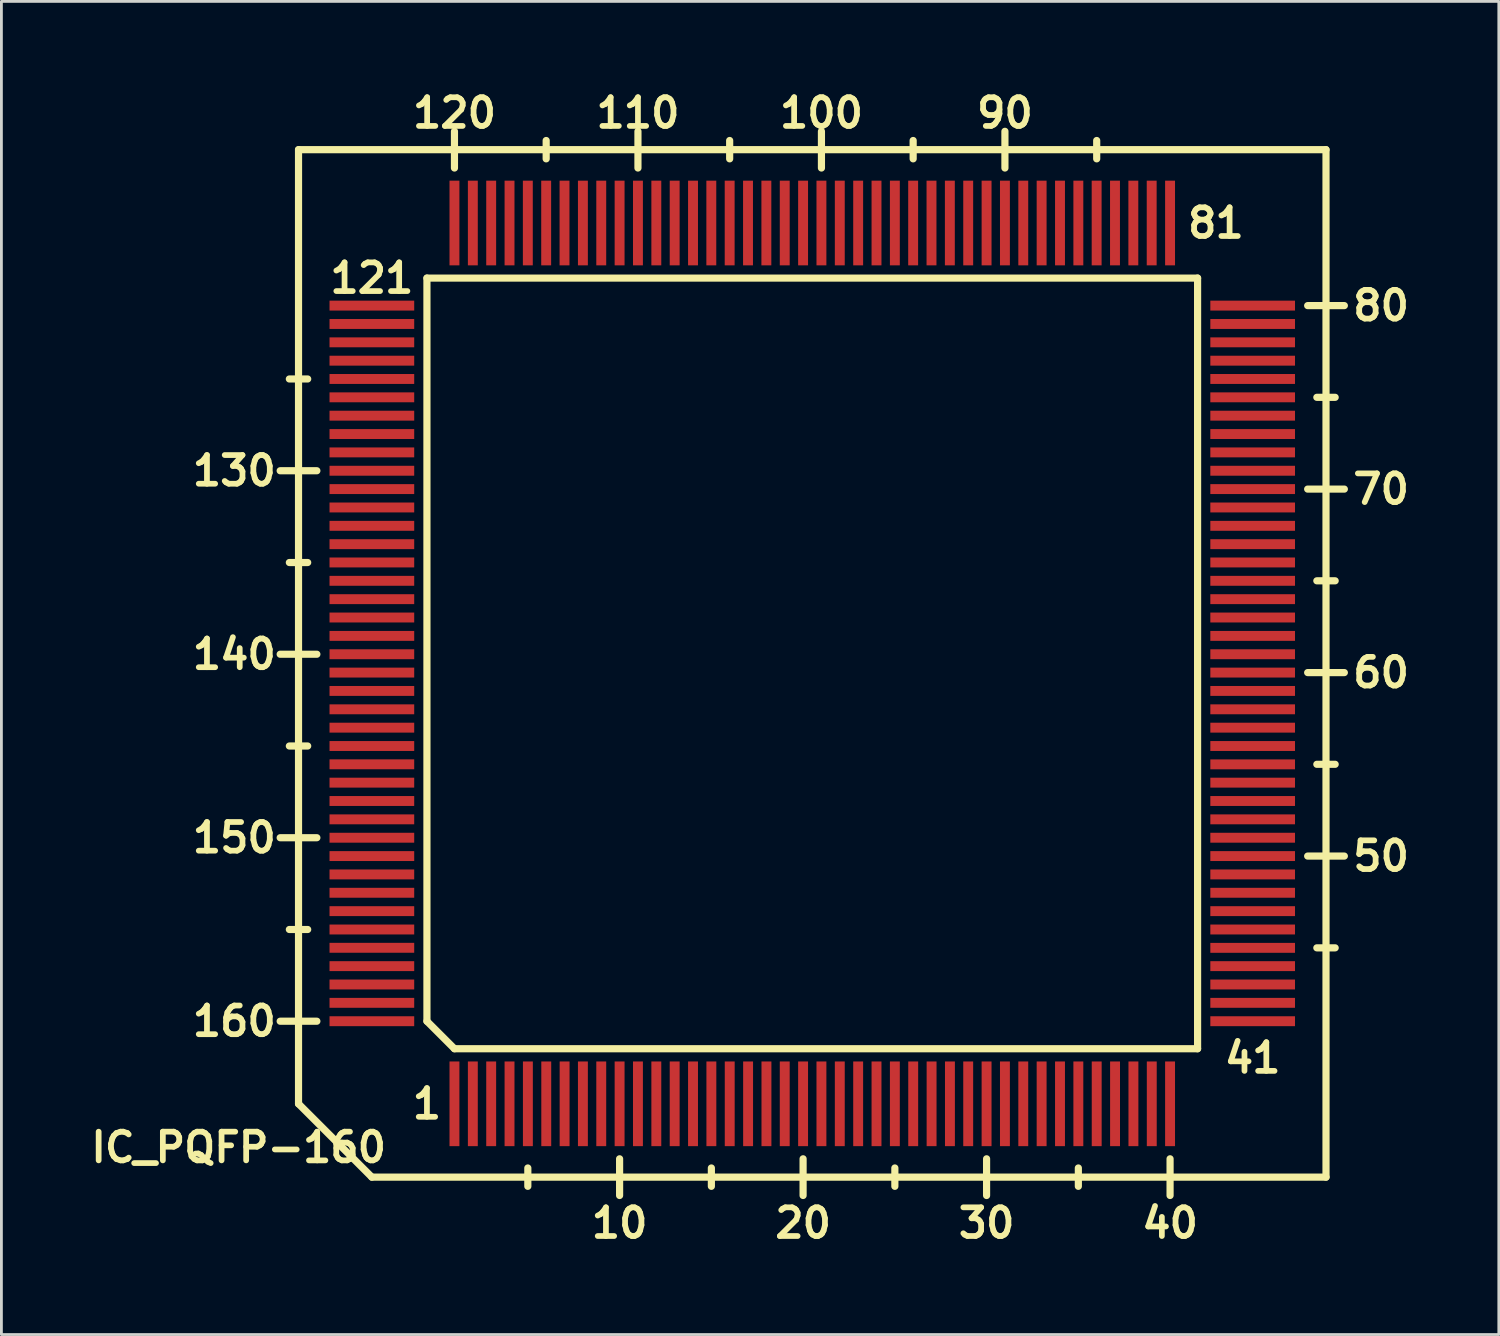
<source format=kicad_pcb>
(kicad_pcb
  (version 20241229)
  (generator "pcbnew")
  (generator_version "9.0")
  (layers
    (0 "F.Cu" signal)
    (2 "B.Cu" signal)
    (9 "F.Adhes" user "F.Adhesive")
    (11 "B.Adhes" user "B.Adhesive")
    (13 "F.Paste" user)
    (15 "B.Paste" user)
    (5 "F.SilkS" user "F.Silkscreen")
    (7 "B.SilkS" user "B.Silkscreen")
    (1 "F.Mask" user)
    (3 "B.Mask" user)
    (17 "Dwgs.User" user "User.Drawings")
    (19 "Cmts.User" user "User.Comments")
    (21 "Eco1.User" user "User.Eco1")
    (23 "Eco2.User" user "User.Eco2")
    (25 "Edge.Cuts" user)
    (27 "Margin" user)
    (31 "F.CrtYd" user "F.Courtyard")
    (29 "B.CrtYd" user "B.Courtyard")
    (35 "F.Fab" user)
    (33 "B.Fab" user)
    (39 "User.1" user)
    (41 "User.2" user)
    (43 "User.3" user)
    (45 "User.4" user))
  (footprint "IC_PQFP-160"
    (layer "F.Cu")
    (at 25.724 20.451)
    (property "Reference" "IC_PQFP-160" (at -20.32 17.145 0) (layer "F.SilkS") (effects (font (size 1.016 1.016) (thickness 0.203))))
    (attr through_hole)
    (fp_line (start -18.849 -6.825) (end -17.549 -6.825) (stroke (width 0.254) (type solid)) (layer "F.SilkS"))
    (fp_line (start -18.849 -0.325) (end -17.549 -0.325) (stroke (width 0.254) (type solid)) (layer "F.SilkS"))
    (fp_line (start -18.849 6.175) (end -17.549 6.175) (stroke (width 0.254) (type solid)) (layer "F.SilkS"))
    (fp_line (start -18.849 12.675) (end -17.549 12.675) (stroke (width 0.254) (type solid)) (layer "F.SilkS"))
    (fp_line (start -18.524 -10.076) (end -17.874 -10.076) (stroke (width 0.254) (type solid)) (layer "F.SilkS"))
    (fp_line (start -18.524 -3.574) (end -17.874 -3.574) (stroke (width 0.254) (type solid)) (layer "F.SilkS"))
    (fp_line (start -18.524 2.926) (end -17.874 2.926) (stroke (width 0.254) (type solid)) (layer "F.SilkS"))
    (fp_line (start -18.524 9.426) (end -17.874 9.426) (stroke (width 0.254) (type solid)) (layer "F.SilkS"))
    (fp_line (start -18.199 -18.199) (end 18.199 -18.199) (stroke (width 0.254) (type solid)) (layer "F.SilkS"))
    (fp_line (start -18.199 15.601) (end -18.199 -18.199) (stroke (width 0.254) (type solid)) (layer "F.SilkS"))
    (fp_line (start -15.601 18.199) (end -18.199 15.601) (stroke (width 0.254) (type solid)) (layer "F.SilkS"))
    (fp_line (start -13.65 -13.65) (end 13.65 -13.65) (stroke (width 0.254) (type solid)) (layer "F.SilkS"))
    (fp_line (start -13.65 12.675) (end -13.65 -13.65) (stroke (width 0.254) (type solid)) (layer "F.SilkS"))
    (fp_line (start -12.675 -18.849) (end -12.675 -17.549) (stroke (width 0.254) (type solid)) (layer "F.SilkS"))
    (fp_line (start -12.675 13.65) (end -13.65 12.675) (stroke (width 0.254) (type solid)) (layer "F.SilkS"))
    (fp_line (start -10.076 17.874) (end -10.076 18.524) (stroke (width 0.254) (type solid)) (layer "F.SilkS"))
    (fp_line (start -9.426 -18.524) (end -9.426 -17.874) (stroke (width 0.254) (type solid)) (layer "F.SilkS"))
    (fp_line (start -6.825 17.549) (end -6.825 18.849) (stroke (width 0.254) (type solid)) (layer "F.SilkS"))
    (fp_line (start -6.175 -18.849) (end -6.175 -17.549) (stroke (width 0.254) (type solid)) (layer "F.SilkS"))
    (fp_line (start -3.574 17.874) (end -3.574 18.524) (stroke (width 0.254) (type solid)) (layer "F.SilkS"))
    (fp_line (start -2.926 -18.524) (end -2.926 -17.874) (stroke (width 0.254) (type solid)) (layer "F.SilkS"))
    (fp_line (start -0.325 17.549) (end -0.325 18.849) (stroke (width 0.254) (type solid)) (layer "F.SilkS"))
    (fp_line (start 0.325 -18.849) (end 0.325 -17.549) (stroke (width 0.254) (type solid)) (layer "F.SilkS"))
    (fp_line (start 2.926 17.874) (end 2.926 18.524) (stroke (width 0.254) (type solid)) (layer "F.SilkS"))
    (fp_line (start 3.574 -18.524) (end 3.574 -17.874) (stroke (width 0.254) (type solid)) (layer "F.SilkS"))
    (fp_line (start 6.175 17.549) (end 6.175 18.849) (stroke (width 0.254) (type solid)) (layer "F.SilkS"))
    (fp_line (start 6.825 -18.849) (end 6.825 -17.549) (stroke (width 0.254) (type solid)) (layer "F.SilkS"))
    (fp_line (start 9.426 17.874) (end 9.426 18.524) (stroke (width 0.254) (type solid)) (layer "F.SilkS"))
    (fp_line (start 10.076 -18.524) (end 10.076 -17.874) (stroke (width 0.254) (type solid)) (layer "F.SilkS"))
    (fp_line (start 12.675 17.549) (end 12.675 18.849) (stroke (width 0.254) (type solid)) (layer "F.SilkS"))
    (fp_line (start 13.65 -13.65) (end 13.65 13.65) (stroke (width 0.254) (type solid)) (layer "F.SilkS"))
    (fp_line (start 13.65 13.65) (end -12.675 13.65) (stroke (width 0.254) (type solid)) (layer "F.SilkS"))
    (fp_line (start 17.549 -12.675) (end 18.849 -12.675) (stroke (width 0.254) (type solid)) (layer "F.SilkS"))
    (fp_line (start 17.549 -6.175) (end 18.849 -6.175) (stroke (width 0.254) (type solid)) (layer "F.SilkS"))
    (fp_line (start 17.549 0.325) (end 18.849 0.325) (stroke (width 0.254) (type solid)) (layer "F.SilkS"))
    (fp_line (start 17.549 6.825) (end 18.849 6.825) (stroke (width 0.254) (type solid)) (layer "F.SilkS"))
    (fp_line (start 17.874 -9.426) (end 18.524 -9.426) (stroke (width 0.254) (type solid)) (layer "F.SilkS"))
    (fp_line (start 17.874 -2.926) (end 18.524 -2.926) (stroke (width 0.254) (type solid)) (layer "F.SilkS"))
    (fp_line (start 17.874 3.574) (end 18.524 3.574) (stroke (width 0.254) (type solid)) (layer "F.SilkS"))
    (fp_line (start 17.874 10.076) (end 18.524 10.076) (stroke (width 0.254) (type solid)) (layer "F.SilkS"))
    (fp_line (start 18.199 -18.199) (end 18.199 18.199) (stroke (width 0.254) (type solid)) (layer "F.SilkS"))
    (fp_line (start 18.199 18.199) (end -15.601 18.199) (stroke (width 0.254) (type solid)) (layer "F.SilkS"))
    (fp_text user "120" (at -12.675 -19.5 0) (layer "F.SilkS") (effects (font (size 1.016 1.016) (thickness 0.203))))
    (fp_text user "50" (at 20.15 6.825 0) (layer "F.SilkS") (effects (font (size 1.016 1.016) (thickness 0.203))))
    (fp_text user "90" (at 6.825 -19.5 0) (layer "F.SilkS") (effects (font (size 1.016 1.016) (thickness 0.203))))
    (fp_text user "140" (at -20.475 -0.325 0) (layer "F.SilkS") (effects (font (size 1.016 1.016) (thickness 0.203))))
    (fp_text user "160" (at -20.475 12.675 0) (layer "F.SilkS") (effects (font (size 1.016 1.016) (thickness 0.203))))
    (fp_text user "30" (at 6.175 19.825 0) (layer "F.SilkS") (effects (font (size 1.016 1.016) (thickness 0.203))))
    (fp_text user "81" (at 14.3 -15.601 0) (layer "F.SilkS") (effects (font (size 1.016 1.016) (thickness 0.203))))
    (fp_text user "100" (at 0.325 -19.5 0) (layer "F.SilkS") (effects (font (size 1.016 1.016) (thickness 0.203))))
    (fp_text user "110" (at -6.175 -19.5 0) (layer "F.SilkS") (effects (font (size 1.016 1.016) (thickness 0.203))))
    (fp_text user "60" (at 20.15 0.325 0) (layer "F.SilkS") (effects (font (size 1.016 1.016) (thickness 0.203))))
    (fp_text user "130" (at -20.475 -6.825 0) (layer "F.SilkS") (effects (font (size 1.016 1.016) (thickness 0.203))))
    (fp_text user "20" (at -0.325 19.825 0) (layer "F.SilkS") (effects (font (size 1.016 1.016) (thickness 0.203))))
    (fp_text user "10" (at -6.825 19.825 0) (layer "F.SilkS") (effects (font (size 1.016 1.016) (thickness 0.203))))
    (fp_text user "41" (at 15.601 13.975 0) (layer "F.SilkS") (effects (font (size 1.016 1.016) (thickness 0.203))))
    (fp_text user "80" (at 20.15 -12.675 0) (layer "F.SilkS") (effects (font (size 1.016 1.016) (thickness 0.203))))
    (fp_text user "40" (at 12.675 19.825 0) (layer "F.SilkS") (effects (font (size 1.016 1.016) (thickness 0.203))))
    (fp_text user "1" (at -13.65 15.601 0) (layer "F.SilkS") (effects (font (size 1.016 1.016) (thickness 0.203))))
    (fp_text user "121" (at -15.601 -13.65 0) (layer "F.SilkS") (effects (font (size 1.016 1.016) (thickness 0.203))))
    (fp_text user "70" (at 20.15 -6.175 0) (layer "F.SilkS") (effects (font (size 1.016 1.016) (thickness 0.203))))
    (fp_text user "150" (at -20.475 6.175 0) (layer "F.SilkS") (effects (font (size 1.016 1.016) (thickness 0.203))))
    (pad "1" smd rect (at -12.675 15.601) (size 0.351 3) (layers "F.Cu" "F.Mask" "F.Paste"))
    (pad "2" smd rect (at -12.024 15.601) (size 0.351 3) (layers "F.Cu" "F.Mask" "F.Paste"))
    (pad "3" smd rect (at -11.374 15.601) (size 0.351 3) (layers "F.Cu" "F.Mask" "F.Paste"))
    (pad "4" smd rect (at -10.724 15.601) (size 0.351 3) (layers "F.Cu" "F.Mask" "F.Paste"))
    (pad "5" smd rect (at -10.074 15.601) (size 0.351 3) (layers "F.Cu" "F.Mask" "F.Paste"))
    (pad "6" smd rect (at -9.423 15.601) (size 0.351 3) (layers "F.Cu" "F.Mask" "F.Paste"))
    (pad "7" smd rect (at -8.773 15.601) (size 0.351 3) (layers "F.Cu" "F.Mask" "F.Paste"))
    (pad "8" smd rect (at -8.125 15.601) (size 0.351 3) (layers "F.Cu" "F.Mask" "F.Paste"))
    (pad "9" smd rect (at -7.475 15.601) (size 0.351 3) (layers "F.Cu" "F.Mask" "F.Paste"))
    (pad "10" smd rect (at -6.825 15.601) (size 0.351 3) (layers "F.Cu" "F.Mask" "F.Paste"))
    (pad "11" smd rect (at -6.175 15.601) (size 0.351 3) (layers "F.Cu" "F.Mask" "F.Paste"))
    (pad "12" smd rect (at -5.524 15.601) (size 0.351 3) (layers "F.Cu" "F.Mask" "F.Paste"))
    (pad "13" smd rect (at -4.874 15.601) (size 0.351 3) (layers "F.Cu" "F.Mask" "F.Paste"))
    (pad "14" smd rect (at -4.224 15.601) (size 0.351 3) (layers "F.Cu" "F.Mask" "F.Paste"))
    (pad "15" smd rect (at -3.574 15.601) (size 0.351 3) (layers "F.Cu" "F.Mask" "F.Paste"))
    (pad "16" smd rect (at -2.924 15.601) (size 0.351 3) (layers "F.Cu" "F.Mask" "F.Paste"))
    (pad "17" smd rect (at -2.273 15.601) (size 0.351 3) (layers "F.Cu" "F.Mask" "F.Paste"))
    (pad "18" smd rect (at -1.623 15.601) (size 0.351 3) (layers "F.Cu" "F.Mask" "F.Paste"))
    (pad "19" smd rect (at -0.975 15.601) (size 0.351 3) (layers "F.Cu" "F.Mask" "F.Paste"))
    (pad "20" smd rect (at -0.325 15.601) (size 0.351 3) (layers "F.Cu" "F.Mask" "F.Paste"))
    (pad "21" smd rect (at 0.325 15.601) (size 0.351 3) (layers "F.Cu" "F.Mask" "F.Paste"))
    (pad "22" smd rect (at 0.975 15.601) (size 0.351 3) (layers "F.Cu" "F.Mask" "F.Paste"))
    (pad "23" smd rect (at 1.626 15.601) (size 0.351 3) (layers "F.Cu" "F.Mask" "F.Paste"))
    (pad "24" smd rect (at 2.276 15.601) (size 0.351 3) (layers "F.Cu" "F.Mask" "F.Paste"))
    (pad "25" smd rect (at 2.926 15.601) (size 0.351 3) (layers "F.Cu" "F.Mask" "F.Paste"))
    (pad "26" smd rect (at 3.576 15.601) (size 0.351 3) (layers "F.Cu" "F.Mask" "F.Paste"))
    (pad "27" smd rect (at 4.227 15.601) (size 0.351 3) (layers "F.Cu" "F.Mask" "F.Paste"))
    (pad "28" smd rect (at 4.877 15.601) (size 0.351 3) (layers "F.Cu" "F.Mask" "F.Paste"))
    (pad "29" smd rect (at 5.524 15.601) (size 0.351 3) (layers "F.Cu" "F.Mask" "F.Paste"))
    (pad "30" smd rect (at 6.175 15.601) (size 0.351 3) (layers "F.Cu" "F.Mask" "F.Paste"))
    (pad "31" smd rect (at 6.825 15.601) (size 0.351 3) (layers "F.Cu" "F.Mask" "F.Paste"))
    (pad "32" smd rect (at 7.475 15.601) (size 0.351 3) (layers "F.Cu" "F.Mask" "F.Paste"))
    (pad "33" smd rect (at 8.125 15.601) (size 0.351 3) (layers "F.Cu" "F.Mask" "F.Paste"))
    (pad "34" smd rect (at 8.776 15.601) (size 0.351 3) (layers "F.Cu" "F.Mask" "F.Paste"))
    (pad "35" smd rect (at 9.426 15.601) (size 0.351 3) (layers "F.Cu" "F.Mask" "F.Paste"))
    (pad "36" smd rect (at 10.076 15.601) (size 0.351 3) (layers "F.Cu" "F.Mask" "F.Paste"))
    (pad "37" smd rect (at 10.726 15.601) (size 0.351 3) (layers "F.Cu" "F.Mask" "F.Paste"))
    (pad "38" smd rect (at 11.377 15.601) (size 0.351 3) (layers "F.Cu" "F.Mask" "F.Paste"))
    (pad "39" smd rect (at 12.027 15.601) (size 0.351 3) (layers "F.Cu" "F.Mask" "F.Paste"))
    (pad "40" smd rect (at 12.675 15.601) (size 0.351 3) (layers "F.Cu" "F.Mask" "F.Paste"))
    (pad "41" smd rect (at 15.601 12.675) (size 3 0.351) (layers "F.Cu" "F.Mask" "F.Paste"))
    (pad "42" smd rect (at 15.601 12.024) (size 3 0.351) (layers "F.Cu" "F.Mask" "F.Paste"))
    (pad "43" smd rect (at 15.601 11.374) (size 3 0.351) (layers "F.Cu" "F.Mask" "F.Paste"))
    (pad "44" smd rect (at 15.601 10.724) (size 3 0.351) (layers "F.Cu" "F.Mask" "F.Paste"))
    (pad "45" smd rect (at 15.601 10.076) (size 3 0.351) (layers "F.Cu" "F.Mask" "F.Paste"))
    (pad "46" smd rect (at 15.601 9.426) (size 3 0.351) (layers "F.Cu" "F.Mask" "F.Paste"))
    (pad "47" smd rect (at 15.601 8.776) (size 3 0.351) (layers "F.Cu" "F.Mask" "F.Paste"))
    (pad "48" smd rect (at 15.601 8.125) (size 3 0.351) (layers "F.Cu" "F.Mask" "F.Paste"))
    (pad "49" smd rect (at 15.601 7.475) (size 3 0.351) (layers "F.Cu" "F.Mask" "F.Paste"))
    (pad "50" smd rect (at 15.601 6.825) (size 3 0.351) (layers "F.Cu" "F.Mask" "F.Paste"))
    (pad "51" smd rect (at 15.601 6.175) (size 3 0.351) (layers "F.Cu" "F.Mask" "F.Paste"))
    (pad "52" smd rect (at 15.601 5.524) (size 3 0.351) (layers "F.Cu" "F.Mask" "F.Paste"))
    (pad "53" smd rect (at 15.601 4.874) (size 3 0.351) (layers "F.Cu" "F.Mask" "F.Paste"))
    (pad "54" smd rect (at 15.601 4.224) (size 3 0.351) (layers "F.Cu" "F.Mask" "F.Paste"))
    (pad "55" smd rect (at 15.601 3.576) (size 3 0.351) (layers "F.Cu" "F.Mask" "F.Paste"))
    (pad "56" smd rect (at 15.601 2.926) (size 3 0.351) (layers "F.Cu" "F.Mask" "F.Paste"))
    (pad "57" smd rect (at 15.601 2.276) (size 3 0.351) (layers "F.Cu" "F.Mask" "F.Paste"))
    (pad "58" smd rect (at 15.601 1.626) (size 3 0.351) (layers "F.Cu" "F.Mask" "F.Paste"))
    (pad "59" smd rect (at 15.601 0.975) (size 3 0.351) (layers "F.Cu" "F.Mask" "F.Paste"))
    (pad "60" smd rect (at 15.601 0.325) (size 3 0.351) (layers "F.Cu" "F.Mask" "F.Paste"))
    (pad "61" smd rect (at 15.601 -0.325) (size 3 0.351) (layers "F.Cu" "F.Mask" "F.Paste"))
    (pad "62" smd rect (at 15.601 -0.975) (size 3 0.351) (layers "F.Cu" "F.Mask" "F.Paste"))
    (pad "63" smd rect (at 15.601 -1.626) (size 3 0.351) (layers "F.Cu" "F.Mask" "F.Paste"))
    (pad "64" smd rect (at 15.601 -2.276) (size 3 0.351) (layers "F.Cu" "F.Mask" "F.Paste"))
    (pad "65" smd rect (at 15.601 -2.926) (size 3 0.351) (layers "F.Cu" "F.Mask" "F.Paste"))
    (pad "66" smd rect (at 15.601 -3.576) (size 3 0.351) (layers "F.Cu" "F.Mask" "F.Paste"))
    (pad "67" smd rect (at 15.601 -4.224) (size 3 0.351) (layers "F.Cu" "F.Mask" "F.Paste"))
    (pad "68" smd rect (at 15.601 -4.874) (size 3 0.351) (layers "F.Cu" "F.Mask" "F.Paste"))
    (pad "69" smd rect (at 15.601 -5.524) (size 3 0.351) (layers "F.Cu" "F.Mask" "F.Paste"))
    (pad "70" smd rect (at 15.601 -6.175) (size 3 0.351) (layers "F.Cu" "F.Mask" "F.Paste"))
    (pad "71" smd rect (at 15.601 -6.825) (size 3 0.351) (layers "F.Cu" "F.Mask" "F.Paste"))
    (pad "72" smd rect (at 15.601 -7.475) (size 3 0.351) (layers "F.Cu" "F.Mask" "F.Paste"))
    (pad "73" smd rect (at 15.601 -8.125) (size 3 0.351) (layers "F.Cu" "F.Mask" "F.Paste"))
    (pad "74" smd rect (at 15.601 -8.776) (size 3 0.351) (layers "F.Cu" "F.Mask" "F.Paste"))
    (pad "75" smd rect (at 15.601 -9.426) (size 3 0.351) (layers "F.Cu" "F.Mask" "F.Paste"))
    (pad "76" smd rect (at 15.601 -10.076) (size 3 0.351) (layers "F.Cu" "F.Mask" "F.Paste"))
    (pad "77" smd rect (at 15.601 -10.724) (size 3 0.351) (layers "F.Cu" "F.Mask" "F.Paste"))
    (pad "78" smd rect (at 15.601 -11.374) (size 3 0.351) (layers "F.Cu" "F.Mask" "F.Paste"))
    (pad "79" smd rect (at 15.601 -12.024) (size 3 0.351) (layers "F.Cu" "F.Mask" "F.Paste"))
    (pad "80" smd rect (at 15.601 -12.675) (size 3 0.351) (layers "F.Cu" "F.Mask" "F.Paste"))
    (pad "81" smd rect (at 12.675 -15.601) (size 0.351 3) (layers "F.Cu" "F.Mask" "F.Paste"))
    (pad "82" smd rect (at 12.024 -15.601) (size 0.351 3) (layers "F.Cu" "F.Mask" "F.Paste"))
    (pad "83" smd rect (at 11.374 -15.601) (size 0.351 3) (layers "F.Cu" "F.Mask" "F.Paste"))
    (pad "84" smd rect (at 10.724 -15.601) (size 0.351 3) (layers "F.Cu" "F.Mask" "F.Paste"))
    (pad "85" smd rect (at 10.074 -15.601) (size 0.351 3) (layers "F.Cu" "F.Mask" "F.Paste"))
    (pad "86" smd rect (at 9.426 -15.601) (size 0.351 3) (layers "F.Cu" "F.Mask" "F.Paste"))
    (pad "87" smd rect (at 8.776 -15.601) (size 0.351 3) (layers "F.Cu" "F.Mask" "F.Paste"))
    (pad "88" smd rect (at 8.125 -15.601) (size 0.351 3) (layers "F.Cu" "F.Mask" "F.Paste"))
    (pad "89" smd rect (at 7.475 -15.601) (size 0.351 3) (layers "F.Cu" "F.Mask" "F.Paste"))
    (pad "90" smd rect (at 6.825 -15.601) (size 0.351 3) (layers "F.Cu" "F.Mask" "F.Paste"))
    (pad "91" smd rect (at 6.175 -15.601) (size 0.351 3) (layers "F.Cu" "F.Mask" "F.Paste"))
    (pad "92" smd rect (at 5.524 -15.601) (size 0.351 3) (layers "F.Cu" "F.Mask" "F.Paste"))
    (pad "93" smd rect (at 4.874 -15.601) (size 0.351 3) (layers "F.Cu" "F.Mask" "F.Paste"))
    (pad "94" smd rect (at 4.224 -15.601) (size 0.351 3) (layers "F.Cu" "F.Mask" "F.Paste"))
    (pad "95" smd rect (at 3.574 -15.601) (size 0.351 3) (layers "F.Cu" "F.Mask" "F.Paste"))
    (pad "96" smd rect (at 2.926 -15.601) (size 0.351 3) (layers "F.Cu" "F.Mask" "F.Paste"))
    (pad "97" smd rect (at 2.276 -15.601) (size 0.351 3) (layers "F.Cu" "F.Mask" "F.Paste"))
    (pad "98" smd rect (at 1.626 -15.601) (size 0.351 3) (layers "F.Cu" "F.Mask" "F.Paste"))
    (pad "99" smd rect (at 0.975 -15.601) (size 0.351 3) (layers "F.Cu" "F.Mask" "F.Paste"))
    (pad "100" smd rect (at 0.325 -15.601) (size 0.351 3) (layers "F.Cu" "F.Mask" "F.Paste"))
    (pad "101" smd rect (at -0.325 -15.601) (size 0.351 3) (layers "F.Cu" "F.Mask" "F.Paste"))
    (pad "102" smd rect (at -0.975 -15.601) (size 0.351 3) (layers "F.Cu" "F.Mask" "F.Paste"))
    (pad "103" smd rect (at -1.626 -15.601) (size 0.351 3) (layers "F.Cu" "F.Mask" "F.Paste"))
    (pad "104" smd rect (at -2.276 -15.601) (size 0.351 3) (layers "F.Cu" "F.Mask" "F.Paste"))
    (pad "105" smd rect (at -2.926 -15.601) (size 0.351 3) (layers "F.Cu" "F.Mask" "F.Paste"))
    (pad "106" smd rect (at -3.576 -15.601) (size 0.351 3) (layers "F.Cu" "F.Mask" "F.Paste"))
    (pad "107" smd rect (at -4.224 -15.601) (size 0.351 3) (layers "F.Cu" "F.Mask" "F.Paste"))
    (pad "108" smd rect (at -4.874 -15.601) (size 0.351 3) (layers "F.Cu" "F.Mask" "F.Paste"))
    (pad "109" smd rect (at -5.524 -15.601) (size 0.351 3) (layers "F.Cu" "F.Mask" "F.Paste"))
    (pad "110" smd rect (at -6.175 -15.601) (size 0.351 3) (layers "F.Cu" "F.Mask" "F.Paste"))
    (pad "111" smd rect (at -6.825 -15.601) (size 0.351 3) (layers "F.Cu" "F.Mask" "F.Paste"))
    (pad "112" smd rect (at -7.475 -15.601) (size 0.351 3) (layers "F.Cu" "F.Mask" "F.Paste"))
    (pad "113" smd rect (at -8.125 -15.601) (size 0.351 3) (layers "F.Cu" "F.Mask" "F.Paste"))
    (pad "114" smd rect (at -8.776 -15.601) (size 0.351 3) (layers "F.Cu" "F.Mask" "F.Paste"))
    (pad "115" smd rect (at -9.426 -15.601) (size 0.351 3) (layers "F.Cu" "F.Mask" "F.Paste"))
    (pad "116" smd rect (at -10.076 -15.601) (size 0.351 3) (layers "F.Cu" "F.Mask" "F.Paste"))
    (pad "117" smd rect (at -10.724 -15.601) (size 0.351 3) (layers "F.Cu" "F.Mask" "F.Paste"))
    (pad "118" smd rect (at -11.374 -15.601) (size 0.351 3) (layers "F.Cu" "F.Mask" "F.Paste"))
    (pad "119" smd rect (at -12.024 -15.601) (size 0.351 3) (layers "F.Cu" "F.Mask" "F.Paste"))
    (pad "120" smd rect (at -12.675 -15.601) (size 0.351 3) (layers "F.Cu" "F.Mask" "F.Paste"))
    (pad "121" smd rect (at -15.601 -12.675) (size 3 0.351) (layers "F.Cu" "F.Mask" "F.Paste"))
    (pad "122" smd rect (at -15.601 -12.024) (size 3 0.351) (layers "F.Cu" "F.Mask" "F.Paste"))
    (pad "123" smd rect (at -15.601 -11.374) (size 3 0.351) (layers "F.Cu" "F.Mask" "F.Paste"))
    (pad "124" smd rect (at -15.601 -10.724) (size 3 0.351) (layers "F.Cu" "F.Mask" "F.Paste"))
    (pad "125" smd rect (at -15.601 -10.076) (size 3 0.351) (layers "F.Cu" "F.Mask" "F.Paste"))
    (pad "126" smd rect (at -15.601 -9.426) (size 3 0.351) (layers "F.Cu" "F.Mask" "F.Paste"))
    (pad "127" smd rect (at -15.601 -8.776) (size 3 0.351) (layers "F.Cu" "F.Mask" "F.Paste"))
    (pad "128" smd rect (at -15.601 -8.125) (size 3 0.351) (layers "F.Cu" "F.Mask" "F.Paste"))
    (pad "129" smd rect (at -15.601 -7.475) (size 3 0.351) (layers "F.Cu" "F.Mask" "F.Paste"))
    (pad "130" smd rect (at -15.601 -6.825) (size 3 0.351) (layers "F.Cu" "F.Mask" "F.Paste"))
    (pad "131" smd rect (at -15.601 -6.175) (size 3 0.351) (layers "F.Cu" "F.Mask" "F.Paste"))
    (pad "132" smd rect (at -15.601 -5.524) (size 3 0.351) (layers "F.Cu" "F.Mask" "F.Paste"))
    (pad "133" smd rect (at -15.601 -4.874) (size 3 0.351) (layers "F.Cu" "F.Mask" "F.Paste"))
    (pad "134" smd rect (at -15.601 -4.224) (size 3 0.351) (layers "F.Cu" "F.Mask" "F.Paste"))
    (pad "135" smd rect (at -15.601 -3.576) (size 3 0.351) (layers "F.Cu" "F.Mask" "F.Paste"))
    (pad "136" smd rect (at -15.601 -2.926) (size 3 0.351) (layers "F.Cu" "F.Mask" "F.Paste"))
    (pad "137" smd rect (at -15.601 -2.276) (size 3 0.351) (layers "F.Cu" "F.Mask" "F.Paste"))
    (pad "138" smd rect (at -15.601 -1.626) (size 3 0.351) (layers "F.Cu" "F.Mask" "F.Paste"))
    (pad "139" smd rect (at -15.601 -0.975) (size 3 0.351) (layers "F.Cu" "F.Mask" "F.Paste"))
    (pad "140" smd rect (at -15.601 -0.325) (size 3 0.351) (layers "F.Cu" "F.Mask" "F.Paste"))
    (pad "141" smd rect (at -15.601 0.325) (size 3 0.351) (layers "F.Cu" "F.Mask" "F.Paste"))
    (pad "142" smd rect (at -15.601 0.975) (size 3 0.351) (layers "F.Cu" "F.Mask" "F.Paste"))
    (pad "143" smd rect (at -15.601 1.626) (size 3 0.351) (layers "F.Cu" "F.Mask" "F.Paste"))
    (pad "144" smd rect (at -15.601 2.276) (size 3 0.351) (layers "F.Cu" "F.Mask" "F.Paste"))
    (pad "145" smd rect (at -15.601 2.926) (size 3 0.351) (layers "F.Cu" "F.Mask" "F.Paste"))
    (pad "146" smd rect (at -15.601 3.574) (size 3 0.351) (layers "F.Cu" "F.Mask" "F.Paste"))
    (pad "147" smd rect (at -15.601 4.224) (size 3 0.351) (layers "F.Cu" "F.Mask" "F.Paste"))
    (pad "148" smd rect (at -15.601 4.874) (size 3 0.351) (layers "F.Cu" "F.Mask" "F.Paste"))
    (pad "149" smd rect (at -15.601 5.524) (size 3 0.351) (layers "F.Cu" "F.Mask" "F.Paste"))
    (pad "150" smd rect (at -15.601 6.175) (size 3 0.351) (layers "F.Cu" "F.Mask" "F.Paste"))
    (pad "151" smd rect (at -15.601 6.825) (size 3 0.351) (layers "F.Cu" "F.Mask" "F.Paste"))
    (pad "152" smd rect (at -15.601 7.475) (size 3 0.351) (layers "F.Cu" "F.Mask" "F.Paste"))
    (pad "153" smd rect (at -15.601 8.125) (size 3 0.351) (layers "F.Cu" "F.Mask" "F.Paste"))
    (pad "154" smd rect (at -15.601 8.776) (size 3 0.351) (layers "F.Cu" "F.Mask" "F.Paste"))
    (pad "155" smd rect (at -15.601 9.426) (size 3 0.351) (layers "F.Cu" "F.Mask" "F.Paste"))
    (pad "156" smd rect (at -15.601 10.074) (size 3 0.351) (layers "F.Cu" "F.Mask" "F.Paste"))
    (pad "157" smd rect (at -15.601 10.724) (size 3 0.351) (layers "F.Cu" "F.Mask" "F.Paste"))
    (pad "158" smd rect (at -15.601 11.374) (size 3 0.351) (layers "F.Cu" "F.Mask" "F.Paste"))
    (pad "159" smd rect (at -15.601 12.024) (size 3 0.351) (layers "F.Cu" "F.Mask" "F.Paste"))
    (pad "160" smd rect (at -15.601 12.675) (size 3 0.351) (layers "F.Cu" "F.Mask" "F.Paste")))
  (gr_rect
    (start -3 -3)
    (end 50.045 44.226)
    (stroke (width 0.1) (type default))
    (fill no)
    (layer "Edge.Cuts")))
</source>
